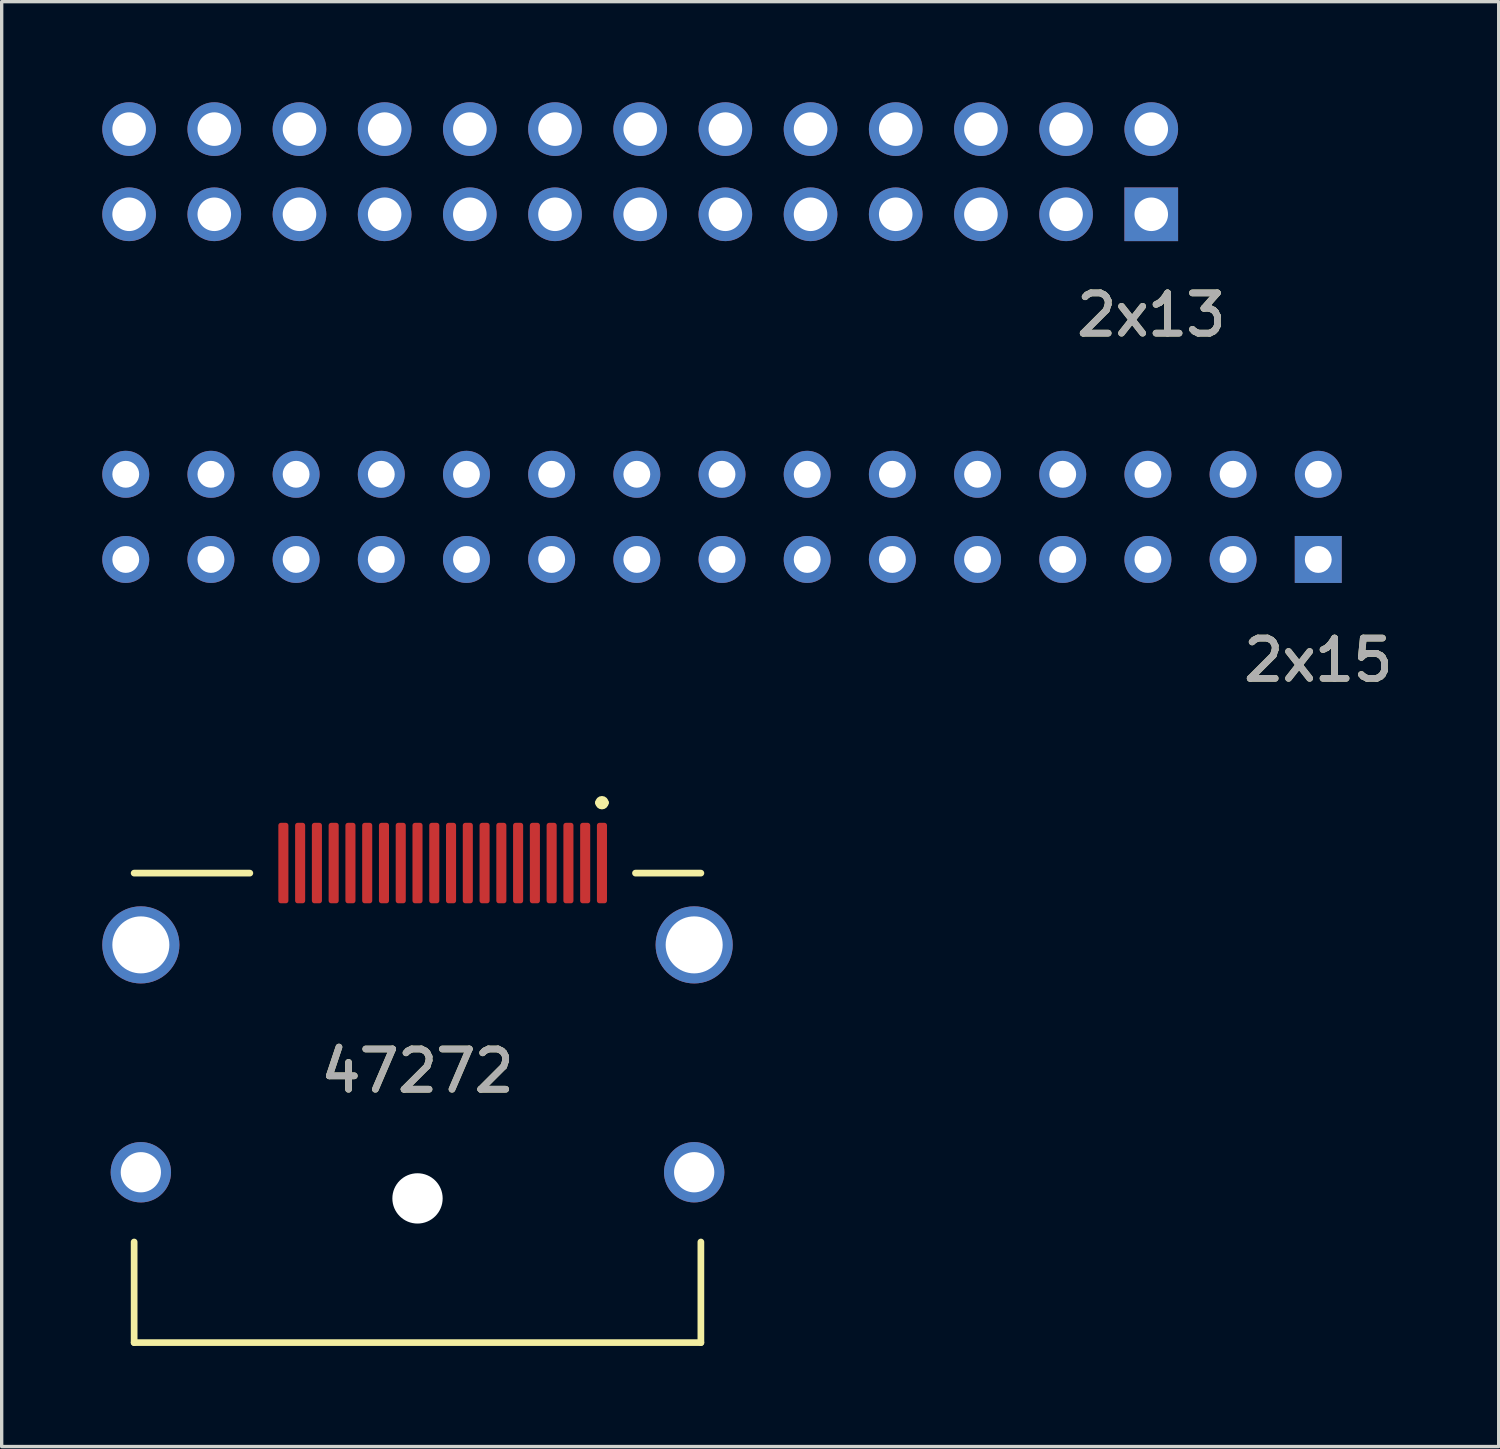
<source format=kicad_pcb>
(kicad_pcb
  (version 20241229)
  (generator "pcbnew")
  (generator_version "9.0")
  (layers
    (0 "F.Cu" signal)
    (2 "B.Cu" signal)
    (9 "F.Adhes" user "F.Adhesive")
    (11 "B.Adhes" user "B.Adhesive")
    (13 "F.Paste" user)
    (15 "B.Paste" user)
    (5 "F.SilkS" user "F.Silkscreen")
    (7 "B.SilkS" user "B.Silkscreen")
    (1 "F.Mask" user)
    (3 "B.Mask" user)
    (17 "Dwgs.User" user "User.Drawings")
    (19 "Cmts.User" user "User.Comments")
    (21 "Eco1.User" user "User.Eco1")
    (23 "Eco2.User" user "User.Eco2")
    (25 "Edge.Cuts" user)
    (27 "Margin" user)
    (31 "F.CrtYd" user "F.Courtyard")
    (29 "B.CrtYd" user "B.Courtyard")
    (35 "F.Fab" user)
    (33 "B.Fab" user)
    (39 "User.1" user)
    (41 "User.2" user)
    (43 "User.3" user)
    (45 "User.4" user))
  (footprint "2x15"
    (layer "F.Cu")
    (at 36.26 13.633)
    (property "Reference" "2x15" (at 0 3 0) (layer "F.SilkS") (effects (font (size 1.2 1.2) (thickness 0.2))))
    (attr through_hole)
    (fp_text user "${REFERENCE}" (at 0 3 0) (layer "F.Fab") (effects (font (size 1.2 1.2) (thickness 0.2))))
    (pad "29" thru_hole rect (at 0 0) (size 1.4 1.4) (drill 0.8) (layers "*.Cu" "*.Mask"))
    (pad "30" thru_hole circle (at 0 -2.54) (size 1.4 1.4) (drill 0.8) (layers "*.Cu" "*.Mask"))
    (pad "31" thru_hole circle (at -2.54 0) (size 1.4 1.4) (drill 0.8) (layers "*.Cu" "*.Mask"))
    (pad "32" thru_hole circle (at -2.54 -2.54) (size 1.4 1.4) (drill 0.8) (layers "*.Cu" "*.Mask"))
    (pad "33" thru_hole circle (at -5.08 0) (size 1.4 1.4) (drill 0.8) (layers "*.Cu" "*.Mask"))
    (pad "34" thru_hole circle (at -5.08 -2.54) (size 1.4 1.4) (drill 0.8) (layers "*.Cu" "*.Mask"))
    (pad "35" thru_hole circle (at -7.62 0) (size 1.4 1.4) (drill 0.8) (layers "*.Cu" "*.Mask"))
    (pad "36" thru_hole circle (at -7.62 -2.54) (size 1.4 1.4) (drill 0.8) (layers "*.Cu" "*.Mask"))
    (pad "37" thru_hole circle (at -10.16 0) (size 1.4 1.4) (drill 0.8) (layers "*.Cu" "*.Mask"))
    (pad "38" thru_hole circle (at -10.16 -2.54) (size 1.4 1.4) (drill 0.8) (layers "*.Cu" "*.Mask"))
    (pad "39" thru_hole circle (at -12.7 0) (size 1.4 1.4) (drill 0.8) (layers "*.Cu" "*.Mask"))
    (pad "40" thru_hole circle (at -12.7 -2.54) (size 1.4 1.4) (drill 0.8) (layers "*.Cu" "*.Mask"))
    (pad "41" thru_hole circle (at -15.24 0) (size 1.4 1.4) (drill 0.8) (layers "*.Cu" "*.Mask"))
    (pad "42" thru_hole circle (at -15.24 -2.54) (size 1.4 1.4) (drill 0.8) (layers "*.Cu" "*.Mask"))
    (pad "43" thru_hole circle (at -17.78 0) (size 1.4 1.4) (drill 0.8) (layers "*.Cu" "*.Mask"))
    (pad "44" thru_hole circle (at -17.78 -2.54) (size 1.4 1.4) (drill 0.8) (layers "*.Cu" "*.Mask"))
    (pad "45" thru_hole circle (at -20.32 0) (size 1.4 1.4) (drill 0.8) (layers "*.Cu" "*.Mask"))
    (pad "46" thru_hole circle (at -20.32 -2.54) (size 1.4 1.4) (drill 0.8) (layers "*.Cu" "*.Mask"))
    (pad "47" thru_hole circle (at -22.86 0) (size 1.4 1.4) (drill 0.8) (layers "*.Cu" "*.Mask"))
    (pad "48" thru_hole circle (at -22.86 -2.54) (size 1.4 1.4) (drill 0.8) (layers "*.Cu" "*.Mask"))
    (pad "49" thru_hole circle (at -25.4 0) (size 1.4 1.4) (drill 0.8) (layers "*.Cu" "*.Mask"))
    (pad "50" thru_hole circle (at -25.4 -2.54) (size 1.4 1.4) (drill 0.8) (layers "*.Cu" "*.Mask"))
    (pad "51" thru_hole circle (at -27.94 0) (size 1.4 1.4) (drill 0.8) (layers "*.Cu" "*.Mask"))
    (pad "52" thru_hole circle (at -27.94 -2.54) (size 1.4 1.4) (drill 0.8) (layers "*.Cu" "*.Mask"))
    (pad "53" thru_hole circle (at -30.48 0) (size 1.4 1.4) (drill 0.8) (layers "*.Cu" "*.Mask"))
    (pad "54" thru_hole circle (at -30.48 -2.54) (size 1.4 1.4) (drill 0.8) (layers "*.Cu" "*.Mask"))
    (pad "55" thru_hole circle (at -33.02 0) (size 1.4 1.4) (drill 0.8) (layers "*.Cu" "*.Mask"))
    (pad "56" thru_hole circle (at -33.02 -2.54) (size 1.4 1.4) (drill 0.8) (layers "*.Cu" "*.Mask"))
    (pad "57" thru_hole circle (at -35.56 0) (size 1.4 1.4) (drill 0.8) (layers "*.Cu" "*.Mask"))
    (pad "58" thru_hole circle (at -35.56 -2.54) (size 1.4 1.4) (drill 0.8) (layers "*.Cu" "*.Mask")))
  (footprint "47272"
    (layer "F.Cu")
    (at 9.4 28.886)
    (property "Reference" "47272" (at 0 0 0) (layer "F.SilkS") (effects (font (size 1.2 1.2) (thickness 0.2))))
    (fp_line (start -8.45 -5.9) (end -5 -5.9) (stroke (width 0.2) (type solid)) (layer "F.SilkS"))
    (fp_line (start -8.45 5.1) (end -8.45 8.1) (stroke (width 0.2) (type solid)) (layer "F.SilkS"))
    (fp_line (start -8.45 8.1) (end 8.45 8.1) (stroke (width 0.2) (type solid)) (layer "F.SilkS"))
    (fp_line (start 5.4 -8) (end 5.4 -8) (stroke (width 0.2) (type solid)) (layer "F.SilkS"))
    (fp_line (start 5.6 -8) (end 5.6 -8) (stroke (width 0.2) (type solid)) (layer "F.SilkS"))
    (fp_line (start 8.45 -5.9) (end 6.5 -5.9) (stroke (width 0.2) (type solid)) (layer "F.SilkS"))
    (fp_line (start 8.45 8.1) (end 8.45 5.1) (stroke (width 0.2) (type solid)) (layer "F.SilkS"))
    (fp_arc (start 5.4 -8) (mid 5.5 -8.1) (end 5.6 -8) (stroke (width 0.2) (type solid)) (layer "F.SilkS"))
    (fp_arc (start 5.6 -8) (mid 5.5 -7.9) (end 5.4 -8) (stroke (width 0.2) (type solid)) (layer "F.SilkS"))
    (fp_text user "${REFERENCE}" (at 0 0 0) (layer "F.Fab") (effects (font (size 1.2 1.2) (thickness 0.2))))
    (pad "" np_thru_hole circle (at 0 3.8) (size 1.5 1.5) (drill 1.5) (layers "*.Cu" "*.Mask"))
    (pad "1" smd roundrect (at 5.5 -6.2) (size 0.3 2.4) (layers "F.Cu" "F.Mask" "F.Paste") (roundrect_rratio 0.25))
    (pad "2" smd roundrect (at 5 -6.2) (size 0.3 2.4) (layers "F.Cu" "F.Mask" "F.Paste") (roundrect_rratio 0.25))
    (pad "3" smd roundrect (at 4.5 -6.2) (size 0.3 2.4) (layers "F.Cu" "F.Mask" "F.Paste") (roundrect_rratio 0.25))
    (pad "4" smd roundrect (at 4 -6.2) (size 0.3 2.4) (layers "F.Cu" "F.Mask" "F.Paste") (roundrect_rratio 0.25))
    (pad "5" smd roundrect (at 3.5 -6.2) (size 0.3 2.4) (layers "F.Cu" "F.Mask" "F.Paste") (roundrect_rratio 0.25))
    (pad "6" smd roundrect (at 3 -6.2) (size 0.3 2.4) (layers "F.Cu" "F.Mask" "F.Paste") (roundrect_rratio 0.25))
    (pad "7" smd roundrect (at 2.5 -6.2) (size 0.3 2.4) (layers "F.Cu" "F.Mask" "F.Paste") (roundrect_rratio 0.25))
    (pad "8" smd roundrect (at 2 -6.2) (size 0.3 2.4) (layers "F.Cu" "F.Mask" "F.Paste") (roundrect_rratio 0.25))
    (pad "9" smd roundrect (at 1.5 -6.2) (size 0.3 2.4) (layers "F.Cu" "F.Mask" "F.Paste") (roundrect_rratio 0.25))
    (pad "10" smd roundrect (at 1 -6.2) (size 0.3 2.4) (layers "F.Cu" "F.Mask" "F.Paste") (roundrect_rratio 0.25))
    (pad "11" smd roundrect (at 0.5 -6.2) (size 0.3 2.4) (layers "F.Cu" "F.Mask" "F.Paste") (roundrect_rratio 0.25))
    (pad "12" smd roundrect (at 0 -6.2) (size 0.3 2.4) (layers "F.Cu" "F.Mask" "F.Paste") (roundrect_rratio 0.25))
    (pad "13" smd roundrect (at -0.5 -6.2) (size 0.3 2.4) (layers "F.Cu" "F.Mask" "F.Paste") (roundrect_rratio 0.25))
    (pad "14" smd roundrect (at -1 -6.2) (size 0.3 2.4) (layers "F.Cu" "F.Mask" "F.Paste") (roundrect_rratio 0.25))
    (pad "15" smd roundrect (at -1.5 -6.2) (size 0.3 2.4) (layers "F.Cu" "F.Mask" "F.Paste") (roundrect_rratio 0.25))
    (pad "16" smd roundrect (at -2 -6.2) (size 0.3 2.4) (layers "F.Cu" "F.Mask" "F.Paste") (roundrect_rratio 0.25))
    (pad "17" smd roundrect (at -2.5 -6.2) (size 0.3 2.4) (layers "F.Cu" "F.Mask" "F.Paste") (roundrect_rratio 0.25))
    (pad "18" smd roundrect (at -3 -6.2) (size 0.3 2.4) (layers "F.Cu" "F.Mask" "F.Paste") (roundrect_rratio 0.25))
    (pad "19" smd roundrect (at -3.5 -6.2) (size 0.3 2.4) (layers "F.Cu" "F.Mask" "F.Paste") (roundrect_rratio 0.25))
    (pad "20" smd roundrect (at -4 -6.2) (size 0.3 2.4) (layers "F.Cu" "F.Mask" "F.Paste") (roundrect_rratio 0.25))
    (pad "MH1" thru_hole circle (at -8.25 -3.76) (size 2.3 2.3) (drill 1.7) (layers "*.Cu" "*.Mask"))
    (pad "MH2" thru_hole circle (at -8.25 3.02) (size 1.8 1.8) (drill 1.2) (layers "*.Cu" "*.Mask"))
    (pad "MH3" thru_hole circle (at 8.25 3.02) (size 1.8 1.8) (drill 1.2) (layers "*.Cu" "*.Mask"))
    (pad "MH4" thru_hole circle (at 8.25 -3.76) (size 2.3 2.3) (drill 1.7) (layers "*.Cu" "*.Mask")))
  (footprint "2x13"
    (layer "F.Cu")
    (at 31.28 3.34)
    (property "Reference" "2x13" (at 0 3 0) (layer "F.SilkS") (effects (font (size 1.2 1.2) (thickness 0.2))))
    (attr through_hole)
    (fp_text user "${REFERENCE}" (at 0 3 0) (layer "F.Fab") (effects (font (size 1.2 1.2) (thickness 0.2))))
    (pad "1" thru_hole rect (at 0 0) (size 1.6 1.6) (drill 1) (layers "*.Cu" "*.Mask"))
    (pad "2" thru_hole circle (at 0 -2.54) (size 1.6 1.6) (drill 1) (layers "*.Cu" "*.Mask"))
    (pad "3" thru_hole circle (at -2.54 0) (size 1.6 1.6) (drill 1) (layers "*.Cu" "*.Mask"))
    (pad "4" thru_hole circle (at -2.54 -2.54) (size 1.6 1.6) (drill 1) (layers "*.Cu" "*.Mask"))
    (pad "5" thru_hole circle (at -5.08 0) (size 1.6 1.6) (drill 1) (layers "*.Cu" "*.Mask"))
    (pad "6" thru_hole circle (at -5.08 -2.54) (size 1.6 1.6) (drill 1) (layers "*.Cu" "*.Mask"))
    (pad "7" thru_hole circle (at -7.62 0) (size 1.6 1.6) (drill 1) (layers "*.Cu" "*.Mask"))
    (pad "8" thru_hole circle (at -7.62 -2.54) (size 1.6 1.6) (drill 1) (layers "*.Cu" "*.Mask"))
    (pad "9" thru_hole circle (at -10.16 0) (size 1.6 1.6) (drill 1) (layers "*.Cu" "*.Mask"))
    (pad "10" thru_hole circle (at -10.16 -2.54) (size 1.6 1.6) (drill 1) (layers "*.Cu" "*.Mask"))
    (pad "11" thru_hole circle (at -12.7 0) (size 1.6 1.6) (drill 1) (layers "*.Cu" "*.Mask"))
    (pad "12" thru_hole circle (at -12.7 -2.54) (size 1.6 1.6) (drill 1) (layers "*.Cu" "*.Mask"))
    (pad "13" thru_hole circle (at -15.24 0) (size 1.6 1.6) (drill 1) (layers "*.Cu" "*.Mask"))
    (pad "14" thru_hole circle (at -15.24 -2.54) (size 1.6 1.6) (drill 1) (layers "*.Cu" "*.Mask"))
    (pad "15" thru_hole circle (at -17.78 0) (size 1.6 1.6) (drill 1) (layers "*.Cu" "*.Mask"))
    (pad "16" thru_hole circle (at -17.78 -2.54) (size 1.6 1.6) (drill 1) (layers "*.Cu" "*.Mask"))
    (pad "17" thru_hole circle (at -20.32 0) (size 1.6 1.6) (drill 1) (layers "*.Cu" "*.Mask"))
    (pad "18" thru_hole circle (at -20.32 -2.54) (size 1.6 1.6) (drill 1) (layers "*.Cu" "*.Mask"))
    (pad "19" thru_hole circle (at -22.86 0) (size 1.6 1.6) (drill 1) (layers "*.Cu" "*.Mask"))
    (pad "20" thru_hole circle (at -22.86 -2.54) (size 1.6 1.6) (drill 1) (layers "*.Cu" "*.Mask"))
    (pad "21" thru_hole circle (at -25.4 0) (size 1.6 1.6) (drill 1) (layers "*.Cu" "*.Mask"))
    (pad "22" thru_hole circle (at -25.4 -2.54) (size 1.6 1.6) (drill 1) (layers "*.Cu" "*.Mask"))
    (pad "23" thru_hole circle (at -27.94 0) (size 1.6 1.6) (drill 1) (layers "*.Cu" "*.Mask"))
    (pad "24" thru_hole circle (at -27.94 -2.54) (size 1.6 1.6) (drill 1) (layers "*.Cu" "*.Mask"))
    (pad "25" thru_hole circle (at -30.48 0) (size 1.6 1.6) (drill 1) (layers "*.Cu" "*.Mask"))
    (pad "26" thru_hole circle (at -30.48 -2.54) (size 1.6 1.6) (drill 1) (layers "*.Cu" "*.Mask")))
  (gr_rect
    (start -3 -3)
    (end 41.64 40.086)
    (stroke (width 0.1) (type default))
    (fill no)
    (layer "Edge.Cuts")))
</source>
